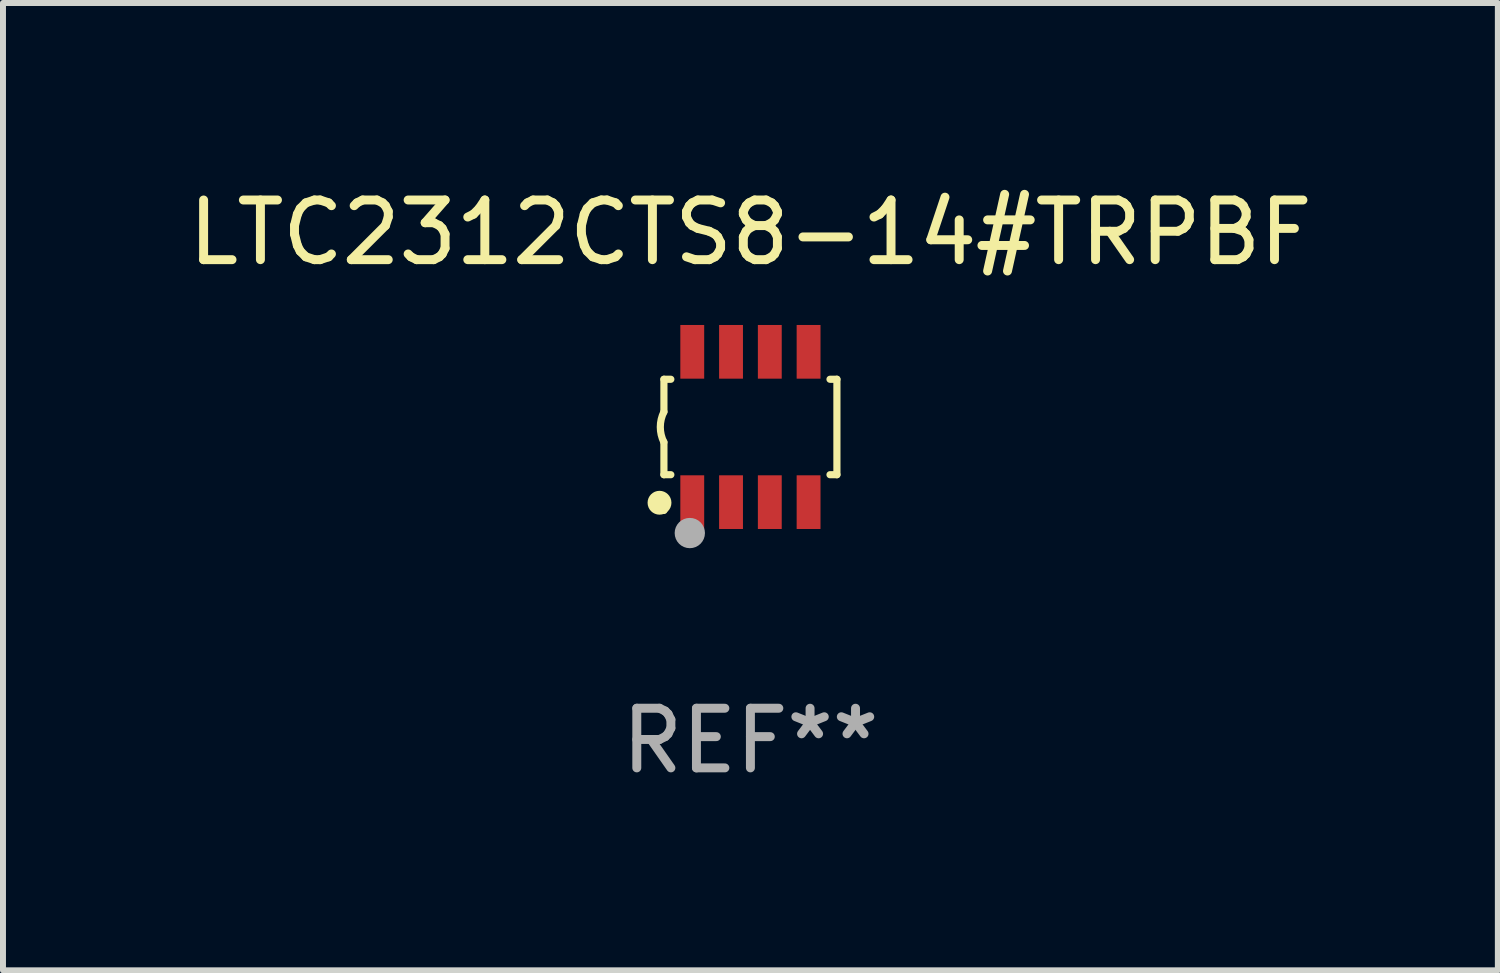
<source format=kicad_pcb>
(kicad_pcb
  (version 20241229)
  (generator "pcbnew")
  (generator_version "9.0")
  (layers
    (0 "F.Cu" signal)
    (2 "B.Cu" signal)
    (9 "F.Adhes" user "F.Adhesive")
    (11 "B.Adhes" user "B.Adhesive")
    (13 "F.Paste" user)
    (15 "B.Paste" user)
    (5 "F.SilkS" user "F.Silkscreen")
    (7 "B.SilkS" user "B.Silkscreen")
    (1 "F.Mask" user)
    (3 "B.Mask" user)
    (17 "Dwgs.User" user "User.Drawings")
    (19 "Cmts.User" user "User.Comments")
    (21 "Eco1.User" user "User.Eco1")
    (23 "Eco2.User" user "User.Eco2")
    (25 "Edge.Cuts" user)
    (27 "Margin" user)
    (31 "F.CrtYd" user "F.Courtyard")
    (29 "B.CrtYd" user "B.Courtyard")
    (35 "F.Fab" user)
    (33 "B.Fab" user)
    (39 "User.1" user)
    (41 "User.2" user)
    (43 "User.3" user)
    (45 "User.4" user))
  (footprint "LTC2312CTS8-14#TRPBF"
    (layer "F.Cu")
    (at 9.53 4.108)
    (property "Reference" "LTC2312CTS8-14#TRPBF" (at 0 -3.26 0) (layer "F.SilkS") (effects (font (size 1 1) (thickness 0.15))))
    (attr through_hole)
    (fp_line (start -1.45 -0.8) (end -1.45 -0.254) (stroke (width 0.12) (type solid)) (layer "F.SilkS"))
    (fp_line (start -1.45 -0.8) (end -1.334 -0.8) (stroke (width 0.12) (type solid)) (layer "F.SilkS"))
    (fp_line (start -1.45 0.8) (end -1.45 0.254) (stroke (width 0.12) (type solid)) (layer "F.SilkS"))
    (fp_line (start -1.45 0.8) (end -1.334 0.8) (stroke (width 0.12) (type solid)) (layer "F.SilkS"))
    (fp_line (start 1.334 -0.8) (end 1.45 -0.8) (stroke (width 0.12) (type solid)) (layer "F.SilkS"))
    (fp_line (start 1.334 0.8) (end 1.45 0.8) (stroke (width 0.12) (type solid)) (layer "F.SilkS"))
    (fp_line (start 1.45 0.8) (end 1.45 -0.8) (stroke (width 0.12) (type solid)) (layer "F.SilkS"))
    (fp_arc (start -1.45075 0.255144) (mid -1.510605 0.000434) (end -1.450013 -0.254102) (stroke (width 0.11999) (type solid)) (layer "F.SilkS"))
    (fp_circle (center -1.524 1.27) (end -1.424 1.27) (stroke (width 0.2) (type solid)) (fill no) (layer "F.SilkS"))
    (fp_circle (center -1.45 1.4) (end -1.42 1.4) (stroke (width 0.06) (type solid)) (fill no) (layer "F.SilkS"))
    (fp_circle (center -1.016 1.778) (end -0.889 1.778) (stroke (width 0.254) (type solid)) (fill no) (layer "F.Fab"))
    (fp_text user "REF**" (at 0 5.26 0) (layer "F.Fab") (effects (font (size 1 1) (thickness 0.15))))
    (pad "1" smd rect (at -0.975 1.26) (size 0.4 0.9) (layers "F.Cu" "F.Mask" "F.Paste"))
    (pad "2" smd rect (at -0.325 1.26) (size 0.4 0.9) (layers "F.Cu" "F.Mask" "F.Paste"))
    (pad "3" smd rect (at 0.325 1.26) (size 0.4 0.9) (layers "F.Cu" "F.Mask" "F.Paste"))
    (pad "4" smd rect (at 0.975 1.26) (size 0.4 0.9) (layers "F.Cu" "F.Mask" "F.Paste"))
    (pad "5" smd rect (at 0.975 -1.26) (size 0.4 0.9) (layers "F.Cu" "F.Mask" "F.Paste"))
    (pad "6" smd rect (at 0.325 -1.26) (size 0.4 0.9) (layers "F.Cu" "F.Mask" "F.Paste"))
    (pad "7" smd rect (at -0.325 -1.26) (size 0.4 0.9) (layers "F.Cu" "F.Mask" "F.Paste"))
    (pad "8" smd rect (at -0.975 -1.26) (size 0.4 0.9) (layers "F.Cu" "F.Mask" "F.Paste")))
  (gr_rect
    (start -3 -3)
    (end 22.06 13.216)
    (stroke (width 0.1) (type default))
    (fill no)
    (layer "Edge.Cuts")))
</source>
